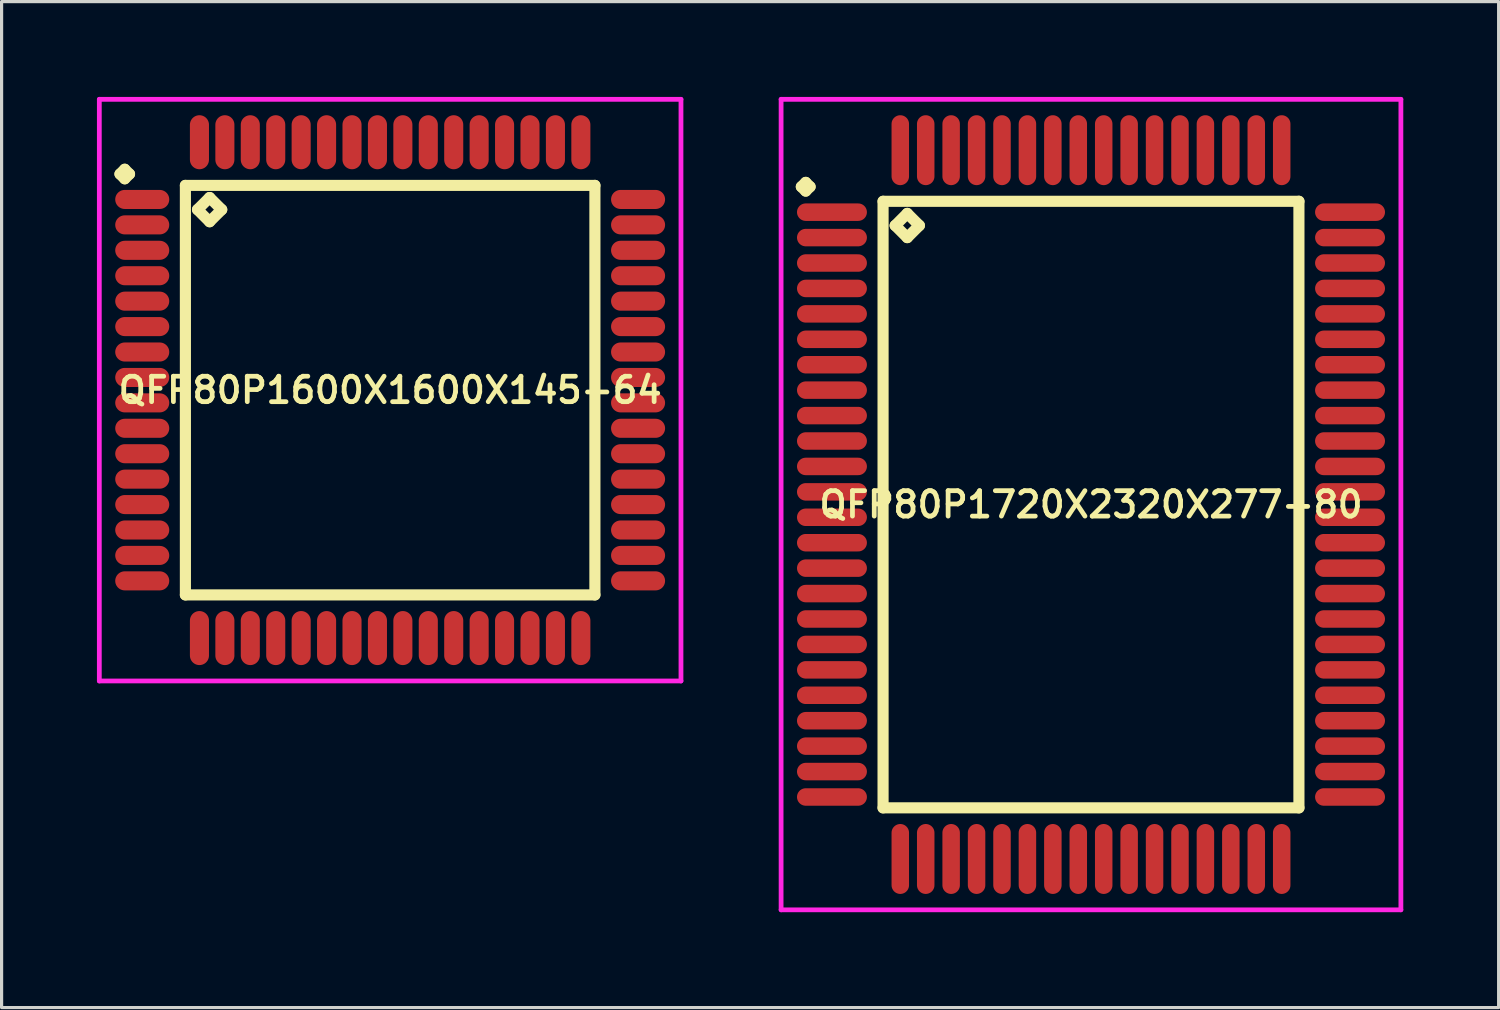
<source format=kicad_pcb>
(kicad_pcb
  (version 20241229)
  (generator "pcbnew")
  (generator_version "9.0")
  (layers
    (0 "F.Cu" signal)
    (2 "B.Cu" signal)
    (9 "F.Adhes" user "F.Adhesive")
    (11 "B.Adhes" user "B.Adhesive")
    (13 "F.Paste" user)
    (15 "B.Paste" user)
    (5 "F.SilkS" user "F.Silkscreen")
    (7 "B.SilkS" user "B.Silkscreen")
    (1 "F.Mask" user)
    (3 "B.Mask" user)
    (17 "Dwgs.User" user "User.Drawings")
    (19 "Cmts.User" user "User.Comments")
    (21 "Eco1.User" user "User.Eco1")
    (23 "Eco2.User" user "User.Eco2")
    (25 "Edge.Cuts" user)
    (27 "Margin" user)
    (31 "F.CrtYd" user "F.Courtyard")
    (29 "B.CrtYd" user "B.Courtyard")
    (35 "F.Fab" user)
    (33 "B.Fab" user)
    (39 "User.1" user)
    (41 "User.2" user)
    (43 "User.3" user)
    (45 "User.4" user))
  (footprint "QFP80P1600X1600X145-64"
    (layer "F.Cu")
    (at 9.225 9.225)
    (property "Reference" "QFP80P1600X1600X145-64" (at 0 0 0) (layer "F.SilkS") (effects (font (size 0.8 0.8) (thickness 0.15))))
    (attr through_hole)
    (fp_line (start -8.5 -6.8) (end -8.35 -6.95) (stroke (width 0.35) (type solid)) (layer "F.SilkS"))
    (fp_line (start -8.35 -6.95) (end -8.2 -6.8) (stroke (width 0.35) (type solid)) (layer "F.SilkS"))
    (fp_line (start -8.35 -6.65) (end -8.5 -6.8) (stroke (width 0.35) (type solid)) (layer "F.SilkS"))
    (fp_line (start -8.2 -6.8) (end -8.35 -6.65) (stroke (width 0.35) (type solid)) (layer "F.SilkS"))
    (fp_line (start -6.442 -6.442) (end -6.442 6.442) (stroke (width 0.35) (type solid)) (layer "F.SilkS"))
    (fp_line (start -6.442 6.442) (end 6.442 6.442) (stroke (width 0.35) (type solid)) (layer "F.SilkS"))
    (fp_line (start -6.061 -5.68) (end -5.68 -6.061) (stroke (width 0.35) (type solid)) (layer "F.SilkS"))
    (fp_line (start -5.68 -6.061) (end -5.299 -5.68) (stroke (width 0.35) (type solid)) (layer "F.SilkS"))
    (fp_line (start -5.68 -5.299) (end -6.061 -5.68) (stroke (width 0.35) (type solid)) (layer "F.SilkS"))
    (fp_line (start -5.299 -5.68) (end -5.68 -5.299) (stroke (width 0.35) (type solid)) (layer "F.SilkS"))
    (fp_line (start 6.442 -6.442) (end -6.442 -6.442) (stroke (width 0.35) (type solid)) (layer "F.SilkS"))
    (fp_line (start 6.442 6.442) (end 6.442 -6.442) (stroke (width 0.35) (type solid)) (layer "F.SilkS"))
    (fp_line (start -9.15 -9.15) (end 9.15 -9.15) (stroke (width 0.15) (type solid)) (layer "F.CrtYd"))
    (fp_line (start -9.15 9.15) (end -9.15 -9.15) (stroke (width 0.15) (type solid)) (layer "F.CrtYd"))
    (fp_line (start 9.15 -9.15) (end 9.15 9.15) (stroke (width 0.15) (type solid)) (layer "F.CrtYd"))
    (fp_line (start 9.15 9.15) (end -9.15 9.15) (stroke (width 0.15) (type solid)) (layer "F.CrtYd"))
    (pad "1" smd oval (at -7.8 -6) (size 1.7 0.6) (layers "F.Cu" "F.Mask" "F.Paste"))
    (pad "2" smd oval (at -7.8 -5.2) (size 1.7 0.6) (layers "F.Cu" "F.Mask" "F.Paste"))
    (pad "3" smd oval (at -7.8 -4.4) (size 1.7 0.6) (layers "F.Cu" "F.Mask" "F.Paste"))
    (pad "4" smd oval (at -7.8 -3.6) (size 1.7 0.6) (layers "F.Cu" "F.Mask" "F.Paste"))
    (pad "5" smd oval (at -7.8 -2.8) (size 1.7 0.6) (layers "F.Cu" "F.Mask" "F.Paste"))
    (pad "6" smd oval (at -7.8 -2) (size 1.7 0.6) (layers "F.Cu" "F.Mask" "F.Paste"))
    (pad "7" smd oval (at -7.8 -1.2) (size 1.7 0.6) (layers "F.Cu" "F.Mask" "F.Paste"))
    (pad "8" smd oval (at -7.8 -0.4) (size 1.7 0.6) (layers "F.Cu" "F.Mask" "F.Paste"))
    (pad "9" smd oval (at -7.8 0.4) (size 1.7 0.6) (layers "F.Cu" "F.Mask" "F.Paste"))
    (pad "10" smd oval (at -7.8 1.2) (size 1.7 0.6) (layers "F.Cu" "F.Mask" "F.Paste"))
    (pad "11" smd oval (at -7.8 2) (size 1.7 0.6) (layers "F.Cu" "F.Mask" "F.Paste"))
    (pad "12" smd oval (at -7.8 2.8) (size 1.7 0.6) (layers "F.Cu" "F.Mask" "F.Paste"))
    (pad "13" smd oval (at -7.8 3.6) (size 1.7 0.6) (layers "F.Cu" "F.Mask" "F.Paste"))
    (pad "14" smd oval (at -7.8 4.4) (size 1.7 0.6) (layers "F.Cu" "F.Mask" "F.Paste"))
    (pad "15" smd oval (at -7.8 5.2) (size 1.7 0.6) (layers "F.Cu" "F.Mask" "F.Paste"))
    (pad "16" smd oval (at -7.8 6) (size 1.7 0.6) (layers "F.Cu" "F.Mask" "F.Paste"))
    (pad "17" smd oval (at -6 7.8) (size 0.6 1.7) (layers "F.Cu" "F.Mask" "F.Paste"))
    (pad "18" smd oval (at -5.2 7.8) (size 0.6 1.7) (layers "F.Cu" "F.Mask" "F.Paste"))
    (pad "19" smd oval (at -4.4 7.8) (size 0.6 1.7) (layers "F.Cu" "F.Mask" "F.Paste"))
    (pad "20" smd oval (at -3.6 7.8) (size 0.6 1.7) (layers "F.Cu" "F.Mask" "F.Paste"))
    (pad "21" smd oval (at -2.8 7.8) (size 0.6 1.7) (layers "F.Cu" "F.Mask" "F.Paste"))
    (pad "22" smd oval (at -2 7.8) (size 0.6 1.7) (layers "F.Cu" "F.Mask" "F.Paste"))
    (pad "23" smd oval (at -1.2 7.8) (size 0.6 1.7) (layers "F.Cu" "F.Mask" "F.Paste"))
    (pad "24" smd oval (at -0.4 7.8) (size 0.6 1.7) (layers "F.Cu" "F.Mask" "F.Paste"))
    (pad "25" smd oval (at 0.4 7.8) (size 0.6 1.7) (layers "F.Cu" "F.Mask" "F.Paste"))
    (pad "26" smd oval (at 1.2 7.8) (size 0.6 1.7) (layers "F.Cu" "F.Mask" "F.Paste"))
    (pad "27" smd oval (at 2 7.8) (size 0.6 1.7) (layers "F.Cu" "F.Mask" "F.Paste"))
    (pad "28" smd oval (at 2.8 7.8) (size 0.6 1.7) (layers "F.Cu" "F.Mask" "F.Paste"))
    (pad "29" smd oval (at 3.6 7.8) (size 0.6 1.7) (layers "F.Cu" "F.Mask" "F.Paste"))
    (pad "30" smd oval (at 4.4 7.8) (size 0.6 1.7) (layers "F.Cu" "F.Mask" "F.Paste"))
    (pad "31" smd oval (at 5.2 7.8) (size 0.6 1.7) (layers "F.Cu" "F.Mask" "F.Paste"))
    (pad "32" smd oval (at 6 7.8) (size 0.6 1.7) (layers "F.Cu" "F.Mask" "F.Paste"))
    (pad "33" smd oval (at 7.8 6) (size 1.7 0.6) (layers "F.Cu" "F.Mask" "F.Paste"))
    (pad "34" smd oval (at 7.8 5.2) (size 1.7 0.6) (layers "F.Cu" "F.Mask" "F.Paste"))
    (pad "35" smd oval (at 7.8 4.4) (size 1.7 0.6) (layers "F.Cu" "F.Mask" "F.Paste"))
    (pad "36" smd oval (at 7.8 3.6) (size 1.7 0.6) (layers "F.Cu" "F.Mask" "F.Paste"))
    (pad "37" smd oval (at 7.8 2.8) (size 1.7 0.6) (layers "F.Cu" "F.Mask" "F.Paste"))
    (pad "38" smd oval (at 7.8 2) (size 1.7 0.6) (layers "F.Cu" "F.Mask" "F.Paste"))
    (pad "39" smd oval (at 7.8 1.2) (size 1.7 0.6) (layers "F.Cu" "F.Mask" "F.Paste"))
    (pad "40" smd oval (at 7.8 0.4) (size 1.7 0.6) (layers "F.Cu" "F.Mask" "F.Paste"))
    (pad "41" smd oval (at 7.8 -0.4) (size 1.7 0.6) (layers "F.Cu" "F.Mask" "F.Paste"))
    (pad "42" smd oval (at 7.8 -1.2) (size 1.7 0.6) (layers "F.Cu" "F.Mask" "F.Paste"))
    (pad "43" smd oval (at 7.8 -2) (size 1.7 0.6) (layers "F.Cu" "F.Mask" "F.Paste"))
    (pad "44" smd oval (at 7.8 -2.8) (size 1.7 0.6) (layers "F.Cu" "F.Mask" "F.Paste"))
    (pad "45" smd oval (at 7.8 -3.6) (size 1.7 0.6) (layers "F.Cu" "F.Mask" "F.Paste"))
    (pad "46" smd oval (at 7.8 -4.4) (size 1.7 0.6) (layers "F.Cu" "F.Mask" "F.Paste"))
    (pad "47" smd oval (at 7.8 -5.2) (size 1.7 0.6) (layers "F.Cu" "F.Mask" "F.Paste"))
    (pad "48" smd oval (at 7.8 -6) (size 1.7 0.6) (layers "F.Cu" "F.Mask" "F.Paste"))
    (pad "49" smd oval (at 6 -7.8) (size 0.6 1.7) (layers "F.Cu" "F.Mask" "F.Paste"))
    (pad "50" smd oval (at 5.2 -7.8) (size 0.6 1.7) (layers "F.Cu" "F.Mask" "F.Paste"))
    (pad "51" smd oval (at 4.4 -7.8) (size 0.6 1.7) (layers "F.Cu" "F.Mask" "F.Paste"))
    (pad "52" smd oval (at 3.6 -7.8) (size 0.6 1.7) (layers "F.Cu" "F.Mask" "F.Paste"))
    (pad "53" smd oval (at 2.8 -7.8) (size 0.6 1.7) (layers "F.Cu" "F.Mask" "F.Paste"))
    (pad "54" smd oval (at 2 -7.8) (size 0.6 1.7) (layers "F.Cu" "F.Mask" "F.Paste"))
    (pad "55" smd oval (at 1.2 -7.8) (size 0.6 1.7) (layers "F.Cu" "F.Mask" "F.Paste"))
    (pad "56" smd oval (at 0.4 -7.8) (size 0.6 1.7) (layers "F.Cu" "F.Mask" "F.Paste"))
    (pad "57" smd oval (at -0.4 -7.8) (size 0.6 1.7) (layers "F.Cu" "F.Mask" "F.Paste"))
    (pad "58" smd oval (at -1.2 -7.8) (size 0.6 1.7) (layers "F.Cu" "F.Mask" "F.Paste"))
    (pad "59" smd oval (at -2 -7.8) (size 0.6 1.7) (layers "F.Cu" "F.Mask" "F.Paste"))
    (pad "60" smd oval (at -2.8 -7.8) (size 0.6 1.7) (layers "F.Cu" "F.Mask" "F.Paste"))
    (pad "61" smd oval (at -3.6 -7.8) (size 0.6 1.7) (layers "F.Cu" "F.Mask" "F.Paste"))
    (pad "62" smd oval (at -4.4 -7.8) (size 0.6 1.7) (layers "F.Cu" "F.Mask" "F.Paste"))
    (pad "63" smd oval (at -5.2 -7.8) (size 0.6 1.7) (layers "F.Cu" "F.Mask" "F.Paste"))
    (pad "64" smd oval (at -6 -7.8) (size 0.6 1.7) (layers "F.Cu" "F.Mask" "F.Paste")))
  (footprint "QFP80P1720X2320X277-80"
    (layer "F.Cu")
    (at 31.275 12.825)
    (property "Reference" "QFP80P1720X2320X277-80" (at 0 0 0) (layer "F.SilkS") (effects (font (size 0.8 0.8) (thickness 0.15))))
    (attr smd)
    (fp_line (start -9.113 -10) (end -8.975 -10.137) (stroke (width 0.35) (type solid)) (layer "F.SilkS"))
    (fp_line (start -8.975 -10.137) (end -8.838 -10) (stroke (width 0.35) (type solid)) (layer "F.SilkS"))
    (fp_line (start -8.975 -9.863) (end -9.113 -10) (stroke (width 0.35) (type solid)) (layer "F.SilkS"))
    (fp_line (start -8.838 -10) (end -8.975 -9.863) (stroke (width 0.35) (type solid)) (layer "F.SilkS"))
    (fp_line (start -6.542 -9.542) (end -6.542 9.542) (stroke (width 0.35) (type solid)) (layer "F.SilkS"))
    (fp_line (start -6.542 9.542) (end 6.542 9.542) (stroke (width 0.35) (type solid)) (layer "F.SilkS"))
    (fp_line (start -6.161 -8.78) (end -5.78 -9.161) (stroke (width 0.35) (type solid)) (layer "F.SilkS"))
    (fp_line (start -5.78 -9.161) (end -5.399 -8.78) (stroke (width 0.35) (type solid)) (layer "F.SilkS"))
    (fp_line (start -5.78 -8.399) (end -6.161 -8.78) (stroke (width 0.35) (type solid)) (layer "F.SilkS"))
    (fp_line (start -5.399 -8.78) (end -5.78 -8.399) (stroke (width 0.35) (type solid)) (layer "F.SilkS"))
    (fp_line (start 6.542 -9.542) (end -6.542 -9.542) (stroke (width 0.35) (type solid)) (layer "F.SilkS"))
    (fp_line (start 6.542 9.542) (end 6.542 -9.542) (stroke (width 0.35) (type solid)) (layer "F.SilkS"))
    (fp_line (start -9.75 -12.75) (end 9.75 -12.75) (stroke (width 0.15) (type solid)) (layer "F.CrtYd"))
    (fp_line (start -9.75 12.75) (end -9.75 -12.75) (stroke (width 0.15) (type solid)) (layer "F.CrtYd"))
    (fp_line (start 9.75 -12.75) (end 9.75 12.75) (stroke (width 0.15) (type solid)) (layer "F.CrtYd"))
    (fp_line (start 9.75 12.75) (end -9.75 12.75) (stroke (width 0.15) (type solid)) (layer "F.CrtYd"))
    (pad "1" smd oval (at -8.15 -9.2) (size 2.2 0.55) (layers "F.Cu" "F.Mask" "F.Paste"))
    (pad "2" smd oval (at -8.15 -8.4) (size 2.2 0.55) (layers "F.Cu" "F.Mask" "F.Paste"))
    (pad "3" smd oval (at -8.15 -7.6) (size 2.2 0.55) (layers "F.Cu" "F.Mask" "F.Paste"))
    (pad "4" smd oval (at -8.15 -6.8) (size 2.2 0.55) (layers "F.Cu" "F.Mask" "F.Paste"))
    (pad "5" smd oval (at -8.15 -6) (size 2.2 0.55) (layers "F.Cu" "F.Mask" "F.Paste"))
    (pad "6" smd oval (at -8.15 -5.2) (size 2.2 0.55) (layers "F.Cu" "F.Mask" "F.Paste"))
    (pad "7" smd oval (at -8.15 -4.4) (size 2.2 0.55) (layers "F.Cu" "F.Mask" "F.Paste"))
    (pad "8" smd oval (at -8.15 -3.6) (size 2.2 0.55) (layers "F.Cu" "F.Mask" "F.Paste"))
    (pad "9" smd oval (at -8.15 -2.8) (size 2.2 0.55) (layers "F.Cu" "F.Mask" "F.Paste"))
    (pad "10" smd oval (at -8.15 -2) (size 2.2 0.55) (layers "F.Cu" "F.Mask" "F.Paste"))
    (pad "11" smd oval (at -8.15 -1.2) (size 2.2 0.55) (layers "F.Cu" "F.Mask" "F.Paste"))
    (pad "12" smd oval (at -8.15 -0.4) (size 2.2 0.55) (layers "F.Cu" "F.Mask" "F.Paste"))
    (pad "13" smd oval (at -8.15 0.4) (size 2.2 0.55) (layers "F.Cu" "F.Mask" "F.Paste"))
    (pad "14" smd oval (at -8.15 1.2) (size 2.2 0.55) (layers "F.Cu" "F.Mask" "F.Paste"))
    (pad "15" smd oval (at -8.15 2) (size 2.2 0.55) (layers "F.Cu" "F.Mask" "F.Paste"))
    (pad "16" smd oval (at -8.15 2.8) (size 2.2 0.55) (layers "F.Cu" "F.Mask" "F.Paste"))
    (pad "17" smd oval (at -8.15 3.6) (size 2.2 0.55) (layers "F.Cu" "F.Mask" "F.Paste"))
    (pad "18" smd oval (at -8.15 4.4) (size 2.2 0.55) (layers "F.Cu" "F.Mask" "F.Paste"))
    (pad "19" smd oval (at -8.15 5.2) (size 2.2 0.55) (layers "F.Cu" "F.Mask" "F.Paste"))
    (pad "20" smd oval (at -8.15 6) (size 2.2 0.55) (layers "F.Cu" "F.Mask" "F.Paste"))
    (pad "21" smd oval (at -8.15 6.8) (size 2.2 0.55) (layers "F.Cu" "F.Mask" "F.Paste"))
    (pad "22" smd oval (at -8.15 7.6) (size 2.2 0.55) (layers "F.Cu" "F.Mask" "F.Paste"))
    (pad "23" smd oval (at -8.15 8.4) (size 2.2 0.55) (layers "F.Cu" "F.Mask" "F.Paste"))
    (pad "24" smd oval (at -8.15 9.2) (size 2.2 0.55) (layers "F.Cu" "F.Mask" "F.Paste"))
    (pad "25" smd oval (at -6 11.15) (size 0.55 2.2) (layers "F.Cu" "F.Mask" "F.Paste"))
    (pad "26" smd oval (at -5.2 11.15) (size 0.55 2.2) (layers "F.Cu" "F.Mask" "F.Paste"))
    (pad "27" smd oval (at -4.4 11.15) (size 0.55 2.2) (layers "F.Cu" "F.Mask" "F.Paste"))
    (pad "28" smd oval (at -3.6 11.15) (size 0.55 2.2) (layers "F.Cu" "F.Mask" "F.Paste"))
    (pad "29" smd oval (at -2.8 11.15) (size 0.55 2.2) (layers "F.Cu" "F.Mask" "F.Paste"))
    (pad "30" smd oval (at -2 11.15) (size 0.55 2.2) (layers "F.Cu" "F.Mask" "F.Paste"))
    (pad "31" smd oval (at -1.2 11.15) (size 0.55 2.2) (layers "F.Cu" "F.Mask" "F.Paste"))
    (pad "32" smd oval (at -0.4 11.15) (size 0.55 2.2) (layers "F.Cu" "F.Mask" "F.Paste"))
    (pad "33" smd oval (at 0.4 11.15) (size 0.55 2.2) (layers "F.Cu" "F.Mask" "F.Paste"))
    (pad "34" smd oval (at 1.2 11.15) (size 0.55 2.2) (layers "F.Cu" "F.Mask" "F.Paste"))
    (pad "35" smd oval (at 2 11.15) (size 0.55 2.2) (layers "F.Cu" "F.Mask" "F.Paste"))
    (pad "36" smd oval (at 2.8 11.15) (size 0.55 2.2) (layers "F.Cu" "F.Mask" "F.Paste"))
    (pad "37" smd oval (at 3.6 11.15) (size 0.55 2.2) (layers "F.Cu" "F.Mask" "F.Paste"))
    (pad "38" smd oval (at 4.4 11.15) (size 0.55 2.2) (layers "F.Cu" "F.Mask" "F.Paste"))
    (pad "39" smd oval (at 5.2 11.15) (size 0.55 2.2) (layers "F.Cu" "F.Mask" "F.Paste"))
    (pad "40" smd oval (at 6 11.15) (size 0.55 2.2) (layers "F.Cu" "F.Mask" "F.Paste"))
    (pad "41" smd oval (at 8.15 9.2) (size 2.2 0.55) (layers "F.Cu" "F.Mask" "F.Paste"))
    (pad "42" smd oval (at 8.15 8.4) (size 2.2 0.55) (layers "F.Cu" "F.Mask" "F.Paste"))
    (pad "43" smd oval (at 8.15 7.6) (size 2.2 0.55) (layers "F.Cu" "F.Mask" "F.Paste"))
    (pad "44" smd oval (at 8.15 6.8) (size 2.2 0.55) (layers "F.Cu" "F.Mask" "F.Paste"))
    (pad "45" smd oval (at 8.15 6) (size 2.2 0.55) (layers "F.Cu" "F.Mask" "F.Paste"))
    (pad "46" smd oval (at 8.15 5.2) (size 2.2 0.55) (layers "F.Cu" "F.Mask" "F.Paste"))
    (pad "47" smd oval (at 8.15 4.4) (size 2.2 0.55) (layers "F.Cu" "F.Mask" "F.Paste"))
    (pad "48" smd oval (at 8.15 3.6) (size 2.2 0.55) (layers "F.Cu" "F.Mask" "F.Paste"))
    (pad "49" smd oval (at 8.15 2.8) (size 2.2 0.55) (layers "F.Cu" "F.Mask" "F.Paste"))
    (pad "50" smd oval (at 8.15 2) (size 2.2 0.55) (layers "F.Cu" "F.Mask" "F.Paste"))
    (pad "51" smd oval (at 8.15 1.2) (size 2.2 0.55) (layers "F.Cu" "F.Mask" "F.Paste"))
    (pad "52" smd oval (at 8.15 0.4) (size 2.2 0.55) (layers "F.Cu" "F.Mask" "F.Paste"))
    (pad "53" smd oval (at 8.15 -0.4) (size 2.2 0.55) (layers "F.Cu" "F.Mask" "F.Paste"))
    (pad "54" smd oval (at 8.15 -1.2) (size 2.2 0.55) (layers "F.Cu" "F.Mask" "F.Paste"))
    (pad "55" smd oval (at 8.15 -2) (size 2.2 0.55) (layers "F.Cu" "F.Mask" "F.Paste"))
    (pad "56" smd oval (at 8.15 -2.8) (size 2.2 0.55) (layers "F.Cu" "F.Mask" "F.Paste"))
    (pad "57" smd oval (at 8.15 -3.6) (size 2.2 0.55) (layers "F.Cu" "F.Mask" "F.Paste"))
    (pad "58" smd oval (at 8.15 -4.4) (size 2.2 0.55) (layers "F.Cu" "F.Mask" "F.Paste"))
    (pad "59" smd oval (at 8.15 -5.2) (size 2.2 0.55) (layers "F.Cu" "F.Mask" "F.Paste"))
    (pad "60" smd oval (at 8.15 -6) (size 2.2 0.55) (layers "F.Cu" "F.Mask" "F.Paste"))
    (pad "61" smd oval (at 8.15 -6.8) (size 2.2 0.55) (layers "F.Cu" "F.Mask" "F.Paste"))
    (pad "62" smd oval (at 8.15 -7.6) (size 2.2 0.55) (layers "F.Cu" "F.Mask" "F.Paste"))
    (pad "63" smd oval (at 8.15 -8.4) (size 2.2 0.55) (layers "F.Cu" "F.Mask" "F.Paste"))
    (pad "64" smd oval (at 8.15 -9.2) (size 2.2 0.55) (layers "F.Cu" "F.Mask" "F.Paste"))
    (pad "65" smd oval (at 6 -11.15) (size 0.55 2.2) (layers "F.Cu" "F.Mask" "F.Paste"))
    (pad "66" smd oval (at 5.2 -11.15) (size 0.55 2.2) (layers "F.Cu" "F.Mask" "F.Paste"))
    (pad "67" smd oval (at 4.4 -11.15) (size 0.55 2.2) (layers "F.Cu" "F.Mask" "F.Paste"))
    (pad "68" smd oval (at 3.6 -11.15) (size 0.55 2.2) (layers "F.Cu" "F.Mask" "F.Paste"))
    (pad "69" smd oval (at 2.8 -11.15) (size 0.55 2.2) (layers "F.Cu" "F.Mask" "F.Paste"))
    (pad "70" smd oval (at 2 -11.15) (size 0.55 2.2) (layers "F.Cu" "F.Mask" "F.Paste"))
    (pad "71" smd oval (at 1.2 -11.15) (size 0.55 2.2) (layers "F.Cu" "F.Mask" "F.Paste"))
    (pad "72" smd oval (at 0.4 -11.15) (size 0.55 2.2) (layers "F.Cu" "F.Mask" "F.Paste"))
    (pad "73" smd oval (at -0.4 -11.15) (size 0.55 2.2) (layers "F.Cu" "F.Mask" "F.Paste"))
    (pad "74" smd oval (at -1.2 -11.15) (size 0.55 2.2) (layers "F.Cu" "F.Mask" "F.Paste"))
    (pad "75" smd oval (at -2 -11.15) (size 0.55 2.2) (layers "F.Cu" "F.Mask" "F.Paste"))
    (pad "76" smd oval (at -2.8 -11.15) (size 0.55 2.2) (layers "F.Cu" "F.Mask" "F.Paste"))
    (pad "77" smd oval (at -3.6 -11.15) (size 0.55 2.2) (layers "F.Cu" "F.Mask" "F.Paste"))
    (pad "78" smd oval (at -4.4 -11.15) (size 0.55 2.2) (layers "F.Cu" "F.Mask" "F.Paste"))
    (pad "79" smd oval (at -5.2 -11.15) (size 0.55 2.2) (layers "F.Cu" "F.Mask" "F.Paste"))
    (pad "80" smd oval (at -6 -11.15) (size 0.55 2.2) (layers "F.Cu" "F.Mask" "F.Paste")))
  (gr_rect
    (start -3 -3)
    (end 44.1 28.65)
    (stroke (width 0.1) (type default))
    (fill no)
    (layer "Edge.Cuts")))
</source>
